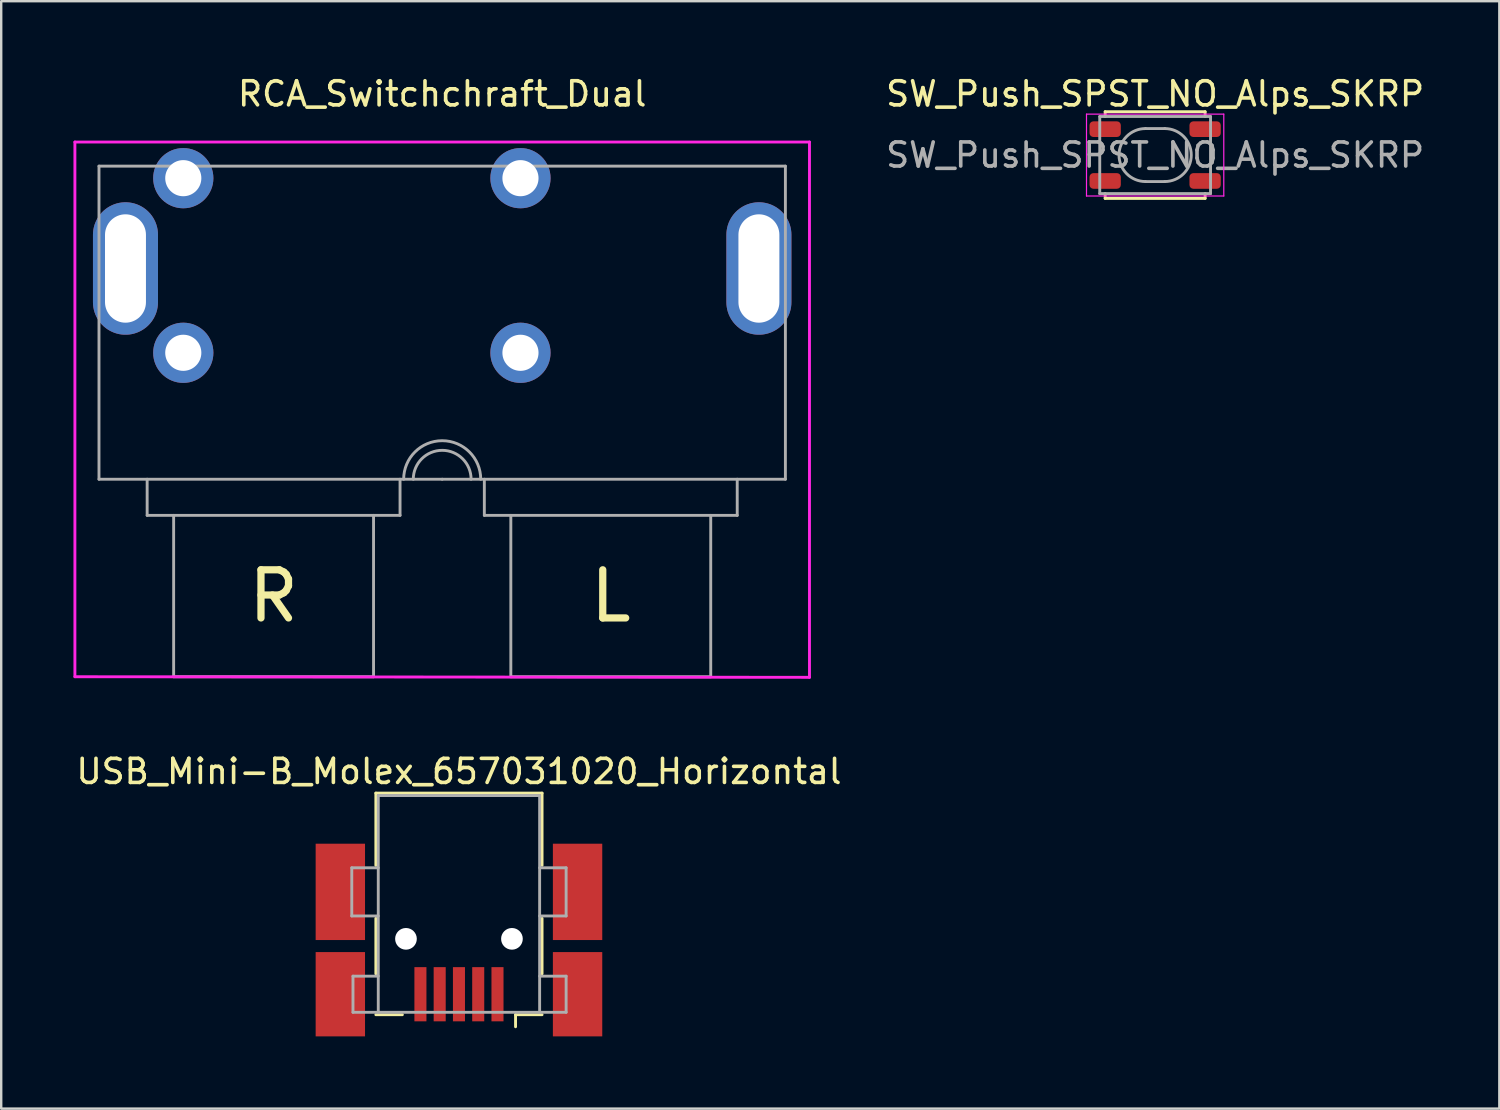
<source format=kicad_pcb>
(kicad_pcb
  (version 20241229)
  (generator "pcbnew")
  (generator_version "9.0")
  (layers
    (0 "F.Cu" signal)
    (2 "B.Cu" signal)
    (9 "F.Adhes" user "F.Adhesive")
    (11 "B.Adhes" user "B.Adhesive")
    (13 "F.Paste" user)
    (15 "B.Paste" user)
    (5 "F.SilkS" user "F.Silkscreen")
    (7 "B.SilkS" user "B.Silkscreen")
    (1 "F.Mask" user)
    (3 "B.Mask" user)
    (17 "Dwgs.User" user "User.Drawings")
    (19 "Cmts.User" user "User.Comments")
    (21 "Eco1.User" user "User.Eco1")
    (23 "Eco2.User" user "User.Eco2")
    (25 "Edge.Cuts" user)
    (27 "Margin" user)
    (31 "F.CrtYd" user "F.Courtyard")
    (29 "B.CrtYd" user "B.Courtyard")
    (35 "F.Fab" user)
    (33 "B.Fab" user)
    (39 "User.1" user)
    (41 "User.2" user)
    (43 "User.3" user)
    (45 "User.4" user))
  (footprint "RCA_Switchchraft_Dual"
    (layer "F.Cu")
    (at 15.31 6.848)
    (property "Reference" "RCA_Switchchraft_Dual" (at 0 -6 0) (layer "F.SilkS") (effects (font (size 1 1) (thickness 0.15))))
    (attr through_hole)
    (fp_line (start -15.25 -4) (end -15.25 18.2) (stroke (width 0.12) (type solid)) (layer "F.CrtYd"))
    (fp_line (start -15.25 -4) (end 15.25 -4) (stroke (width 0.12) (type solid)) (layer "F.CrtYd"))
    (fp_line (start -15.25 18.2) (end 15.25 18.225) (stroke (width 0.12) (type solid)) (layer "F.CrtYd"))
    (fp_line (start 15.25 18.225) (end 15.25 -4) (stroke (width 0.12) (type solid)) (layer "F.CrtYd"))
    (fp_line (start -14.25 -3) (end 14.25 -3) (stroke (width 0.12) (type solid)) (layer "F.Fab"))
    (fp_line (start -14.25 10) (end -14.25 -3) (stroke (width 0.12) (type solid)) (layer "F.Fab"))
    (fp_line (start -12.25 10) (end -12.25 11.5) (stroke (width 0.12) (type solid)) (layer "F.Fab"))
    (fp_line (start -12.25 11.5) (end -1.75 11.5) (stroke (width 0.12) (type solid)) (layer "F.Fab"))
    (fp_line (start -11.15 11.5) (end -11.15 18.2) (stroke (width 0.12) (type solid)) (layer "F.Fab"))
    (fp_line (start -11.15 18.2) (end -2.85 18.2) (stroke (width 0.12) (type solid)) (layer "F.Fab"))
    (fp_line (start -2.85 11.5) (end -2.85 18.2) (stroke (width 0.12) (type solid)) (layer "F.Fab"))
    (fp_line (start -1.75 11.5) (end -1.75 10) (stroke (width 0.12) (type solid)) (layer "F.Fab"))
    (fp_line (start 0 10) (end -14.25 10) (stroke (width 0.12) (type solid)) (layer "F.Fab"))
    (fp_line (start 0 10) (end 14.25 10) (stroke (width 0.12) (type solid)) (layer "F.Fab"))
    (fp_line (start 1.75 10) (end 1.75 11.5) (stroke (width 0.12) (type solid)) (layer "F.Fab"))
    (fp_line (start 1.75 11.5) (end 12.25 11.5) (stroke (width 0.12) (type solid)) (layer "F.Fab"))
    (fp_line (start 2.85 11.5) (end 2.85 18.2) (stroke (width 0.12) (type solid)) (layer "F.Fab"))
    (fp_line (start 2.85 18.2) (end 11.15 18.2) (stroke (width 0.12) (type solid)) (layer "F.Fab"))
    (fp_line (start 11.15 11.5) (end 11.15 18.2) (stroke (width 0.12) (type solid)) (layer "F.Fab"))
    (fp_line (start 12.25 11.5) (end 12.25 10) (stroke (width 0.12) (type solid)) (layer "F.Fab"))
    (fp_line (start 14.25 -3) (end 14.25 10) (stroke (width 0.12) (type solid)) (layer "F.Fab"))
    (fp_arc (start -1.6 10) (mid 0 8.4) (end 1.6 10) (stroke (width 0.12) (type solid)) (layer "F.Fab"))
    (fp_arc (start -1.2 10) (mid 0 8.8) (end 1.2 10) (stroke (width 0.12) (type solid)) (layer "F.Fab"))
    (fp_text user "L" (at 7 14.85 0) (layer "F.SilkS") (effects (font (size 2 2) (thickness 0.3))))
    (fp_text user "R" (at -7 14.85 0) (layer "F.SilkS") (effects (font (size 2 2) (thickness 0.3))))
    (pad "1" thru_hole circle (at -10.75 -2.5) (size 2.5 2.5) (drill 1.5) (layers "*.Cu" "*.Mask"))
    (pad "2" thru_hole circle (at 3.25 -2.5) (size 2.5 2.5) (drill 1.5) (layers "*.Cu" "*.Mask"))
    (pad "3" thru_hole oval (at -13.15 1.25) (size 2.7 5.5) (drill oval 1.7 4.5) (layers "*.Cu" "*.Mask"))
    (pad "3" thru_hole circle (at -10.75 4.75) (size 2.5 2.5) (drill 1.5) (layers "*.Cu" "*.Mask"))
    (pad "3" thru_hole circle (at 3.25 4.75) (size 2.5 2.5) (drill 1.5) (layers "*.Cu" "*.Mask"))
    (pad "3" thru_hole oval (at 13.15 1.25) (size 2.7 5.5) (drill oval 1.7 4.5) (layers "*.Cu" "*.Mask")))
  (footprint "SW_Push_SPST_NO_Alps_SKRP"
    (layer "F.Cu")
    (at 44.912 3.388)
    (property "Reference" "SW_Push_SPST_NO_Alps_SKRP" (at 0 -2.54 0) (layer "F.SilkS") (effects (font (size 1 1) (thickness 0.15))))
    (attr through_hole)
    (fp_line (start -2.075 -1.8) (end -2.075 -1.6) (stroke (width 0.12) (type solid)) (layer "F.SilkS"))
    (fp_line (start -2.075 -1.8) (end 2.075 -1.8) (stroke (width 0.12) (type solid)) (layer "F.SilkS"))
    (fp_line (start -2.075 1.8) (end -2.075 1.6) (stroke (width 0.12) (type solid)) (layer "F.SilkS"))
    (fp_line (start 2.075 -1.8) (end 2.075 -1.6) (stroke (width 0.12) (type solid)) (layer "F.SilkS"))
    (fp_line (start 2.075 1.8) (end -2.075 1.8) (stroke (width 0.12) (type solid)) (layer "F.SilkS"))
    (fp_line (start 2.075 1.8) (end 2.075 1.6) (stroke (width 0.12) (type solid)) (layer "F.SilkS"))
    (fp_line (start -2.85 -1.7) (end 2.85 -1.7) (stroke (width 0.05) (type solid)) (layer "F.CrtYd"))
    (fp_line (start -2.85 1.7) (end -2.85 -1.7) (stroke (width 0.05) (type solid)) (layer "F.CrtYd"))
    (fp_line (start 2.85 -1.7) (end 2.85 1.7) (stroke (width 0.05) (type solid)) (layer "F.CrtYd"))
    (fp_line (start 2.85 1.7) (end -2.85 1.7) (stroke (width 0.05) (type solid)) (layer "F.CrtYd"))
    (fp_line (start -2.3 -1.6) (end -2.3 1.6) (stroke (width 0.12) (type solid)) (layer "F.Fab"))
    (fp_line (start -2.3 -1.6) (end 2.3 -1.6) (stroke (width 0.12) (type solid)) (layer "F.Fab"))
    (fp_line (start -0.4 -1.1) (end 0.4 -1.1) (stroke (width 0.12) (type solid)) (layer "F.Fab"))
    (fp_line (start -0.4 1.1) (end 0.4 1.1) (stroke (width 0.12) (type solid)) (layer "F.Fab"))
    (fp_line (start 2.3 -1.6) (end 2.3 1.6) (stroke (width 0.12) (type solid)) (layer "F.Fab"))
    (fp_line (start 2.3 1.6) (end -2.3 1.6) (stroke (width 0.12) (type solid)) (layer "F.Fab"))
    (fp_arc (start -0.4 1.1) (mid -1.5 0) (end -0.4 -1.1) (stroke (width 0.12) (type solid)) (layer "F.Fab"))
    (fp_arc (start 0.4 -1.1) (mid 1.5 0) (end 0.4 1.1) (stroke (width 0.12) (type solid)) (layer "F.Fab"))
    (fp_text user "${REFERENCE}" (at 0 0 0) (layer "F.Fab") (effects (font (size 1 1) (thickness 0.15))))
    (pad "1" smd roundrect (at -2.075 -1.075) (size 1.3 0.65) (layers "F.Cu" "F.Mask" "F.Paste") (roundrect_rratio 0.25))
    (pad "1" smd roundrect (at 2.075 -1.075) (size 1.3 0.65) (layers "F.Cu" "F.Mask" "F.Paste") (roundrect_rratio 0.25))
    (pad "2" smd roundrect (at -2.075 1.075 180) (size 1.3 0.65) (layers "F.Cu" "F.Mask" "F.Paste") (roundrect_rratio 0.25))
    (pad "2" smd roundrect (at 2.075 1.075 180) (size 1.3 0.65) (layers "F.Cu" "F.Mask" "F.Paste") (roundrect_rratio 0.25)))
  (footprint "USB_Mini-B_Molex_657031020_Horizontal"
    (layer "F.Cu")
    (at 16.006 34.481)
    (property "Reference" "USB_Mini-B_Molex_657031020_Horizontal" (at 0 -5.5 0) (layer "F.SilkS") (effects (font (size 1 1) (thickness 0.15))))
    (attr smd)
    (fp_line (start -3.45 -4.6) (end 3.45 -4.6) (stroke (width 0.12) (type solid)) (layer "F.SilkS"))
    (fp_line (start -3.45 -1.6) (end -3.45 -4.6) (stroke (width 0.12) (type solid)) (layer "F.SilkS"))
    (fp_line (start -3.45 0.6) (end -3.45 2.9) (stroke (width 0.12) (type solid)) (layer "F.SilkS"))
    (fp_line (start -3.45 4.6) (end -2.35 4.6) (stroke (width 0.12) (type solid)) (layer "F.SilkS"))
    (fp_line (start 2.35 4.6) (end 2.35 5.1) (stroke (width 0.12) (type solid)) (layer "F.SilkS"))
    (fp_line (start 3.45 -4.6) (end 3.45 -1.6) (stroke (width 0.12) (type solid)) (layer "F.SilkS"))
    (fp_line (start 3.45 0.6) (end 3.45 2.9) (stroke (width 0.12) (type solid)) (layer "F.SilkS"))
    (fp_line (start 3.45 4.6) (end 2.35 4.6) (stroke (width 0.12) (type solid)) (layer "F.SilkS"))
    (fp_line (start -4.45 -1.5) (end -4.45 0.5) (stroke (width 0.12) (type solid)) (layer "F.Fab"))
    (fp_line (start -4.45 -1.5) (end -3.35 -1.5) (stroke (width 0.12) (type solid)) (layer "F.Fab"))
    (fp_line (start -4.45 0.5) (end -3.35 0.5) (stroke (width 0.12) (type solid)) (layer "F.Fab"))
    (fp_line (start -4.4 3) (end -4.4 4.5) (stroke (width 0.12) (type solid)) (layer "F.Fab"))
    (fp_line (start -4.4 4.5) (end -3.35 4.5) (stroke (width 0.12) (type solid)) (layer "F.Fab"))
    (fp_line (start -3.35 -4.5) (end 3.35 -4.5) (stroke (width 0.12) (type solid)) (layer "F.Fab"))
    (fp_line (start -3.35 3) (end -4.4 3) (stroke (width 0.12) (type solid)) (layer "F.Fab"))
    (fp_line (start -3.35 4.5) (end -3.35 -4.5) (stroke (width 0.12) (type solid)) (layer "F.Fab"))
    (fp_line (start -3.35 4.5) (end 3.35 4.5) (stroke (width 0.12) (type solid)) (layer "F.Fab"))
    (fp_line (start 3.35 4.5) (end 3.35 -4.5) (stroke (width 0.12) (type solid)) (layer "F.Fab"))
    (fp_line (start 3.35 4.5) (end 4.45 4.5) (stroke (width 0.12) (type solid)) (layer "F.Fab"))
    (fp_line (start 4.45 -1.5) (end 3.35 -1.5) (stroke (width 0.12) (type solid)) (layer "F.Fab"))
    (fp_line (start 4.45 0.5) (end 3.35 0.5) (stroke (width 0.12) (type solid)) (layer "F.Fab"))
    (fp_line (start 4.45 0.5) (end 4.45 -1.5) (stroke (width 0.12) (type solid)) (layer "F.Fab"))
    (fp_line (start 4.45 3) (end 3.35 3) (stroke (width 0.12) (type solid)) (layer "F.Fab"))
    (fp_line (start 4.45 4.5) (end 4.45 3) (stroke (width 0.12) (type solid)) (layer "F.Fab"))
    (pad "" np_thru_hole circle (at -2.2 1.45 90) (size 0.9 0.9) (drill 0.9) (layers "*.Cu" "*.Mask"))
    (pad "" np_thru_hole circle (at 2.2 1.45 90) (size 0.9 0.9) (drill 0.9) (layers "*.Cu" "*.Mask"))
    (pad "1" smd rect (at 1.6 3.75) (size 0.5 2.25) (layers "F.Cu" "F.Mask" "F.Paste"))
    (pad "2" smd rect (at 0.8 3.75) (size 0.5 2.25) (layers "F.Cu" "F.Mask" "F.Paste"))
    (pad "3" smd rect (at 0 3.75) (size 0.5 2.25) (layers "F.Cu" "F.Mask" "F.Paste"))
    (pad "4" smd rect (at -0.8 3.75) (size 0.5 2.25) (layers "F.Cu" "F.Mask" "F.Paste"))
    (pad "5" smd rect (at -1.6 3.75) (size 0.5 2.25) (layers "F.Cu" "F.Mask" "F.Paste"))
    (pad "6" smd rect (at -4.925 -0.5 90) (size 4 2.05) (layers "F.Cu" "F.Mask" "F.Paste"))
    (pad "6" smd rect (at -4.925 3.75 90) (size 3.5 2.05) (layers "F.Cu" "F.Mask" "F.Paste"))
    (pad "6" smd rect (at 4.925 -0.5 90) (size 4 2.05) (layers "F.Cu" "F.Mask" "F.Paste"))
    (pad "6" smd rect (at 4.925 3.75 90) (size 3.5 2.05) (layers "F.Cu" "F.Mask" "F.Paste")))
  (gr_rect
    (start -3 -3)
    (end 59.203 42.981)
    (stroke (width 0.1) (type default))
    (fill no)
    (layer "Edge.Cuts")))
</source>
